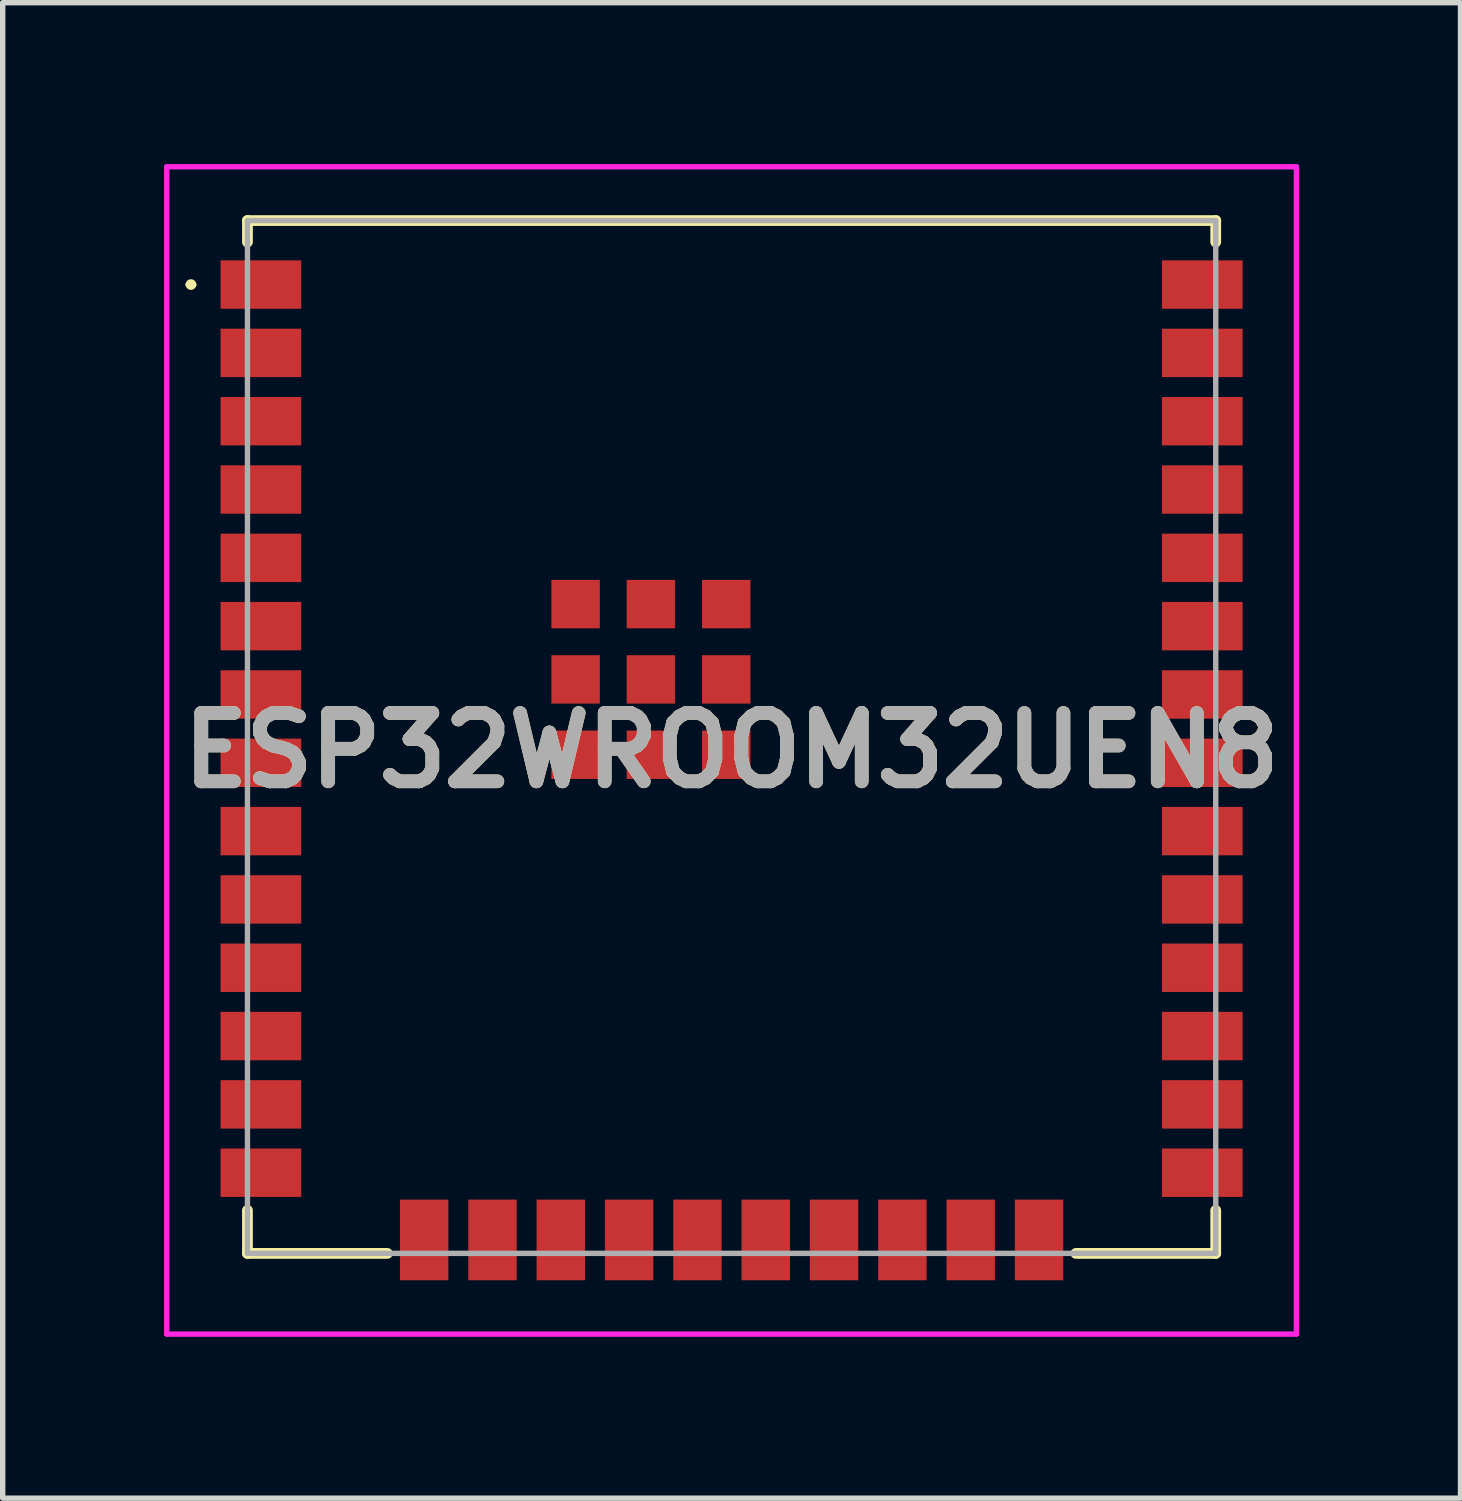
<source format=kicad_pcb>
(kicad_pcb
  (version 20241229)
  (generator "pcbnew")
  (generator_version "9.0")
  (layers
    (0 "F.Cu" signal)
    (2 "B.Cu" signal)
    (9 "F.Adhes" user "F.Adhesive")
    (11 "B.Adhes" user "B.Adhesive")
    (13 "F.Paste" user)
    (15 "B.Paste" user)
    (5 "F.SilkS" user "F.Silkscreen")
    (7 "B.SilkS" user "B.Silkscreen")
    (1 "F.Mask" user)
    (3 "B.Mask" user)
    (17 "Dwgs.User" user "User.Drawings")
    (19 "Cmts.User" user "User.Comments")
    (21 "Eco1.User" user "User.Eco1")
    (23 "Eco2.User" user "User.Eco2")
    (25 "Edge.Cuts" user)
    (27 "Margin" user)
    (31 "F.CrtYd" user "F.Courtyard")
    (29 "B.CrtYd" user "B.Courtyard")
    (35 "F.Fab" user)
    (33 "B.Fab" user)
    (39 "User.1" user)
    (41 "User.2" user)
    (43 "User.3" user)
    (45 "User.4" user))
  (footprint "ESP32WROOM32UEN8"
    (layer "F.Cu")
    (at 10.55 10.9)
    (property "Reference" "ESP32WROOM32UEN8" (at 0 0 0) (layer "F.SilkS") (effects (font (size 1.27 1.27) (thickness 0.254))))
    (attr smd)
    (fp_line (start -10.1 -8.66) (end -10.1 -8.66) (stroke (width 0.1) (type solid)) (layer "F.SilkS"))
    (fp_line (start -10 -8.66) (end -10 -8.66) (stroke (width 0.1) (type solid)) (layer "F.SilkS"))
    (fp_line (start -9 -9.85) (end -9 -9.45) (stroke (width 0.2) (type solid)) (layer "F.SilkS"))
    (fp_line (start -9 8.55) (end -9 9.35) (stroke (width 0.2) (type solid)) (layer "F.SilkS"))
    (fp_line (start -9 9.35) (end -6.4 9.35) (stroke (width 0.2) (type solid)) (layer "F.SilkS"))
    (fp_line (start 9 -9.85) (end -9 -9.85) (stroke (width 0.2) (type solid)) (layer "F.SilkS"))
    (fp_line (start 9 -9.45) (end 9 -9.85) (stroke (width 0.2) (type solid)) (layer "F.SilkS"))
    (fp_line (start 9 8.55) (end 9 9.35) (stroke (width 0.2) (type solid)) (layer "F.SilkS"))
    (fp_line (start 9 9.35) (end 6.4 9.35) (stroke (width 0.2) (type solid)) (layer "F.SilkS"))
    (fp_arc (start -10.1 -8.66) (mid -10.05 -8.71) (end -10 -8.66) (stroke (width 0.1) (type solid)) (layer "F.SilkS"))
    (fp_arc (start -10 -8.66) (mid -10.05 -8.61) (end -10.1 -8.66) (stroke (width 0.1) (type solid)) (layer "F.SilkS"))
    (fp_line (start -10.5 -10.85) (end 10.5 -10.85) (stroke (width 0.1) (type solid)) (layer "F.CrtYd"))
    (fp_line (start -10.5 10.85) (end -10.5 -10.85) (stroke (width 0.1) (type solid)) (layer "F.CrtYd"))
    (fp_line (start 10.5 -10.85) (end 10.5 10.85) (stroke (width 0.1) (type solid)) (layer "F.CrtYd"))
    (fp_line (start 10.5 10.85) (end -10.5 10.85) (stroke (width 0.1) (type solid)) (layer "F.CrtYd"))
    (fp_line (start -9 -9.85) (end 9 -9.85) (stroke (width 0.1) (type solid)) (layer "F.Fab"))
    (fp_line (start -9 9.35) (end -9 -9.85) (stroke (width 0.1) (type solid)) (layer "F.Fab"))
    (fp_line (start 9 -9.85) (end 9 9.35) (stroke (width 0.1) (type solid)) (layer "F.Fab"))
    (fp_line (start 9 9.35) (end -9 9.35) (stroke (width 0.1) (type solid)) (layer "F.Fab"))
    (fp_text user "${REFERENCE}" (at 0 0 0) (layer "F.Fab") (effects (font (size 1.27 1.27) (thickness 0.254))))
    (pad "1" smd rect (at -8.75 -8.66 90) (size 0.9 1.5) (layers "F.Cu" "F.Mask" "F.Paste"))
    (pad "2" smd rect (at -8.75 -7.39 90) (size 0.9 1.5) (layers "F.Cu" "F.Mask" "F.Paste"))
    (pad "3" smd rect (at -8.75 -6.12 90) (size 0.9 1.5) (layers "F.Cu" "F.Mask" "F.Paste"))
    (pad "4" smd rect (at -8.75 -4.85 90) (size 0.9 1.5) (layers "F.Cu" "F.Mask" "F.Paste"))
    (pad "5" smd rect (at -8.75 -3.58 90) (size 0.9 1.5) (layers "F.Cu" "F.Mask" "F.Paste"))
    (pad "6" smd rect (at -8.75 -2.31 90) (size 0.9 1.5) (layers "F.Cu" "F.Mask" "F.Paste"))
    (pad "7" smd rect (at -8.75 -1.04 90) (size 0.9 1.5) (layers "F.Cu" "F.Mask" "F.Paste"))
    (pad "8" smd rect (at -8.75 0.23 90) (size 0.9 1.5) (layers "F.Cu" "F.Mask" "F.Paste"))
    (pad "9" smd rect (at -8.75 1.5 90) (size 0.9 1.5) (layers "F.Cu" "F.Mask" "F.Paste"))
    (pad "10" smd rect (at -8.75 2.77 90) (size 0.9 1.5) (layers "F.Cu" "F.Mask" "F.Paste"))
    (pad "11" smd rect (at -8.75 4.04 90) (size 0.9 1.5) (layers "F.Cu" "F.Mask" "F.Paste"))
    (pad "12" smd rect (at -8.75 5.31 90) (size 0.9 1.5) (layers "F.Cu" "F.Mask" "F.Paste"))
    (pad "13" smd rect (at -8.75 6.58 90) (size 0.9 1.5) (layers "F.Cu" "F.Mask" "F.Paste"))
    (pad "14" smd rect (at -8.75 7.85 90) (size 0.9 1.5) (layers "F.Cu" "F.Mask" "F.Paste"))
    (pad "15" smd rect (at -5.715 9.1) (size 0.9 1.5) (layers "F.Cu" "F.Mask" "F.Paste"))
    (pad "16" smd rect (at -4.445 9.1) (size 0.9 1.5) (layers "F.Cu" "F.Mask" "F.Paste"))
    (pad "17" smd rect (at -3.175 9.1) (size 0.9 1.5) (layers "F.Cu" "F.Mask" "F.Paste"))
    (pad "18" smd rect (at -1.905 9.1) (size 0.9 1.5) (layers "F.Cu" "F.Mask" "F.Paste"))
    (pad "19" smd rect (at -0.635 9.1) (size 0.9 1.5) (layers "F.Cu" "F.Mask" "F.Paste"))
    (pad "20" smd rect (at 0.635 9.1) (size 0.9 1.5) (layers "F.Cu" "F.Mask" "F.Paste"))
    (pad "21" smd rect (at 1.905 9.1) (size 0.9 1.5) (layers "F.Cu" "F.Mask" "F.Paste"))
    (pad "22" smd rect (at 3.175 9.1) (size 0.9 1.5) (layers "F.Cu" "F.Mask" "F.Paste"))
    (pad "23" smd rect (at 4.445 9.1) (size 0.9 1.5) (layers "F.Cu" "F.Mask" "F.Paste"))
    (pad "24" smd rect (at 5.715 9.1) (size 0.9 1.5) (layers "F.Cu" "F.Mask" "F.Paste"))
    (pad "25" smd rect (at 8.75 7.85 90) (size 0.9 1.5) (layers "F.Cu" "F.Mask" "F.Paste"))
    (pad "26" smd rect (at 8.75 6.58 90) (size 0.9 1.5) (layers "F.Cu" "F.Mask" "F.Paste"))
    (pad "27" smd rect (at 8.75 5.31 90) (size 0.9 1.5) (layers "F.Cu" "F.Mask" "F.Paste"))
    (pad "28" smd rect (at 8.75 4.04 90) (size 0.9 1.5) (layers "F.Cu" "F.Mask" "F.Paste"))
    (pad "29" smd rect (at 8.75 2.77 90) (size 0.9 1.5) (layers "F.Cu" "F.Mask" "F.Paste"))
    (pad "30" smd rect (at 8.75 1.5 90) (size 0.9 1.5) (layers "F.Cu" "F.Mask" "F.Paste"))
    (pad "31" smd rect (at 8.75 0.23 90) (size 0.9 1.5) (layers "F.Cu" "F.Mask" "F.Paste"))
    (pad "32" smd rect (at 8.75 -1.04 90) (size 0.9 1.5) (layers "F.Cu" "F.Mask" "F.Paste"))
    (pad "33" smd rect (at 8.75 -2.31 90) (size 0.9 1.5) (layers "F.Cu" "F.Mask" "F.Paste"))
    (pad "34" smd rect (at 8.75 -3.58 90) (size 0.9 1.5) (layers "F.Cu" "F.Mask" "F.Paste"))
    (pad "35" smd rect (at 8.75 -4.85 90) (size 0.9 1.5) (layers "F.Cu" "F.Mask" "F.Paste"))
    (pad "36" smd rect (at 8.75 -6.12 90) (size 0.9 1.5) (layers "F.Cu" "F.Mask" "F.Paste"))
    (pad "37" smd rect (at 8.75 -7.39 90) (size 0.9 1.5) (layers "F.Cu" "F.Mask" "F.Paste"))
    (pad "38" smd rect (at 8.75 -8.66 90) (size 0.9 1.5) (layers "F.Cu" "F.Mask" "F.Paste"))
    (pad "39" smd rect (at -1.5 -1.32) (size 0.9 0.9) (layers "F.Cu" "F.Mask" "F.Paste"))
    (pad "40" smd rect (at -2.9 -1.32) (size 0.9 0.9) (layers "F.Cu" "F.Mask" "F.Paste"))
    (pad "41" smd rect (at -2.9 0.08) (size 0.9 0.9) (layers "F.Cu" "F.Mask" "F.Paste"))
    (pad "42" smd rect (at -1.5 0.08) (size 0.9 0.9) (layers "F.Cu" "F.Mask" "F.Paste"))
    (pad "43" smd rect (at -0.1 0.08) (size 0.9 0.9) (layers "F.Cu" "F.Mask" "F.Paste"))
    (pad "44" smd rect (at -0.1 -1.32) (size 0.9 0.9) (layers "F.Cu" "F.Mask" "F.Paste"))
    (pad "45" smd rect (at -0.1 -2.72) (size 0.9 0.9) (layers "F.Cu" "F.Mask" "F.Paste"))
    (pad "46" smd rect (at -1.5 -2.72) (size 0.9 0.9) (layers "F.Cu" "F.Mask" "F.Paste"))
    (pad "47" smd rect (at -2.9 -2.72) (size 0.9 0.9) (layers "F.Cu" "F.Mask" "F.Paste")))
  (gr_rect
    (start -3 -3)
    (end 24.1 24.8)
    (stroke (width 0.1) (type default))
    (fill no)
    (layer "Edge.Cuts")))
</source>
